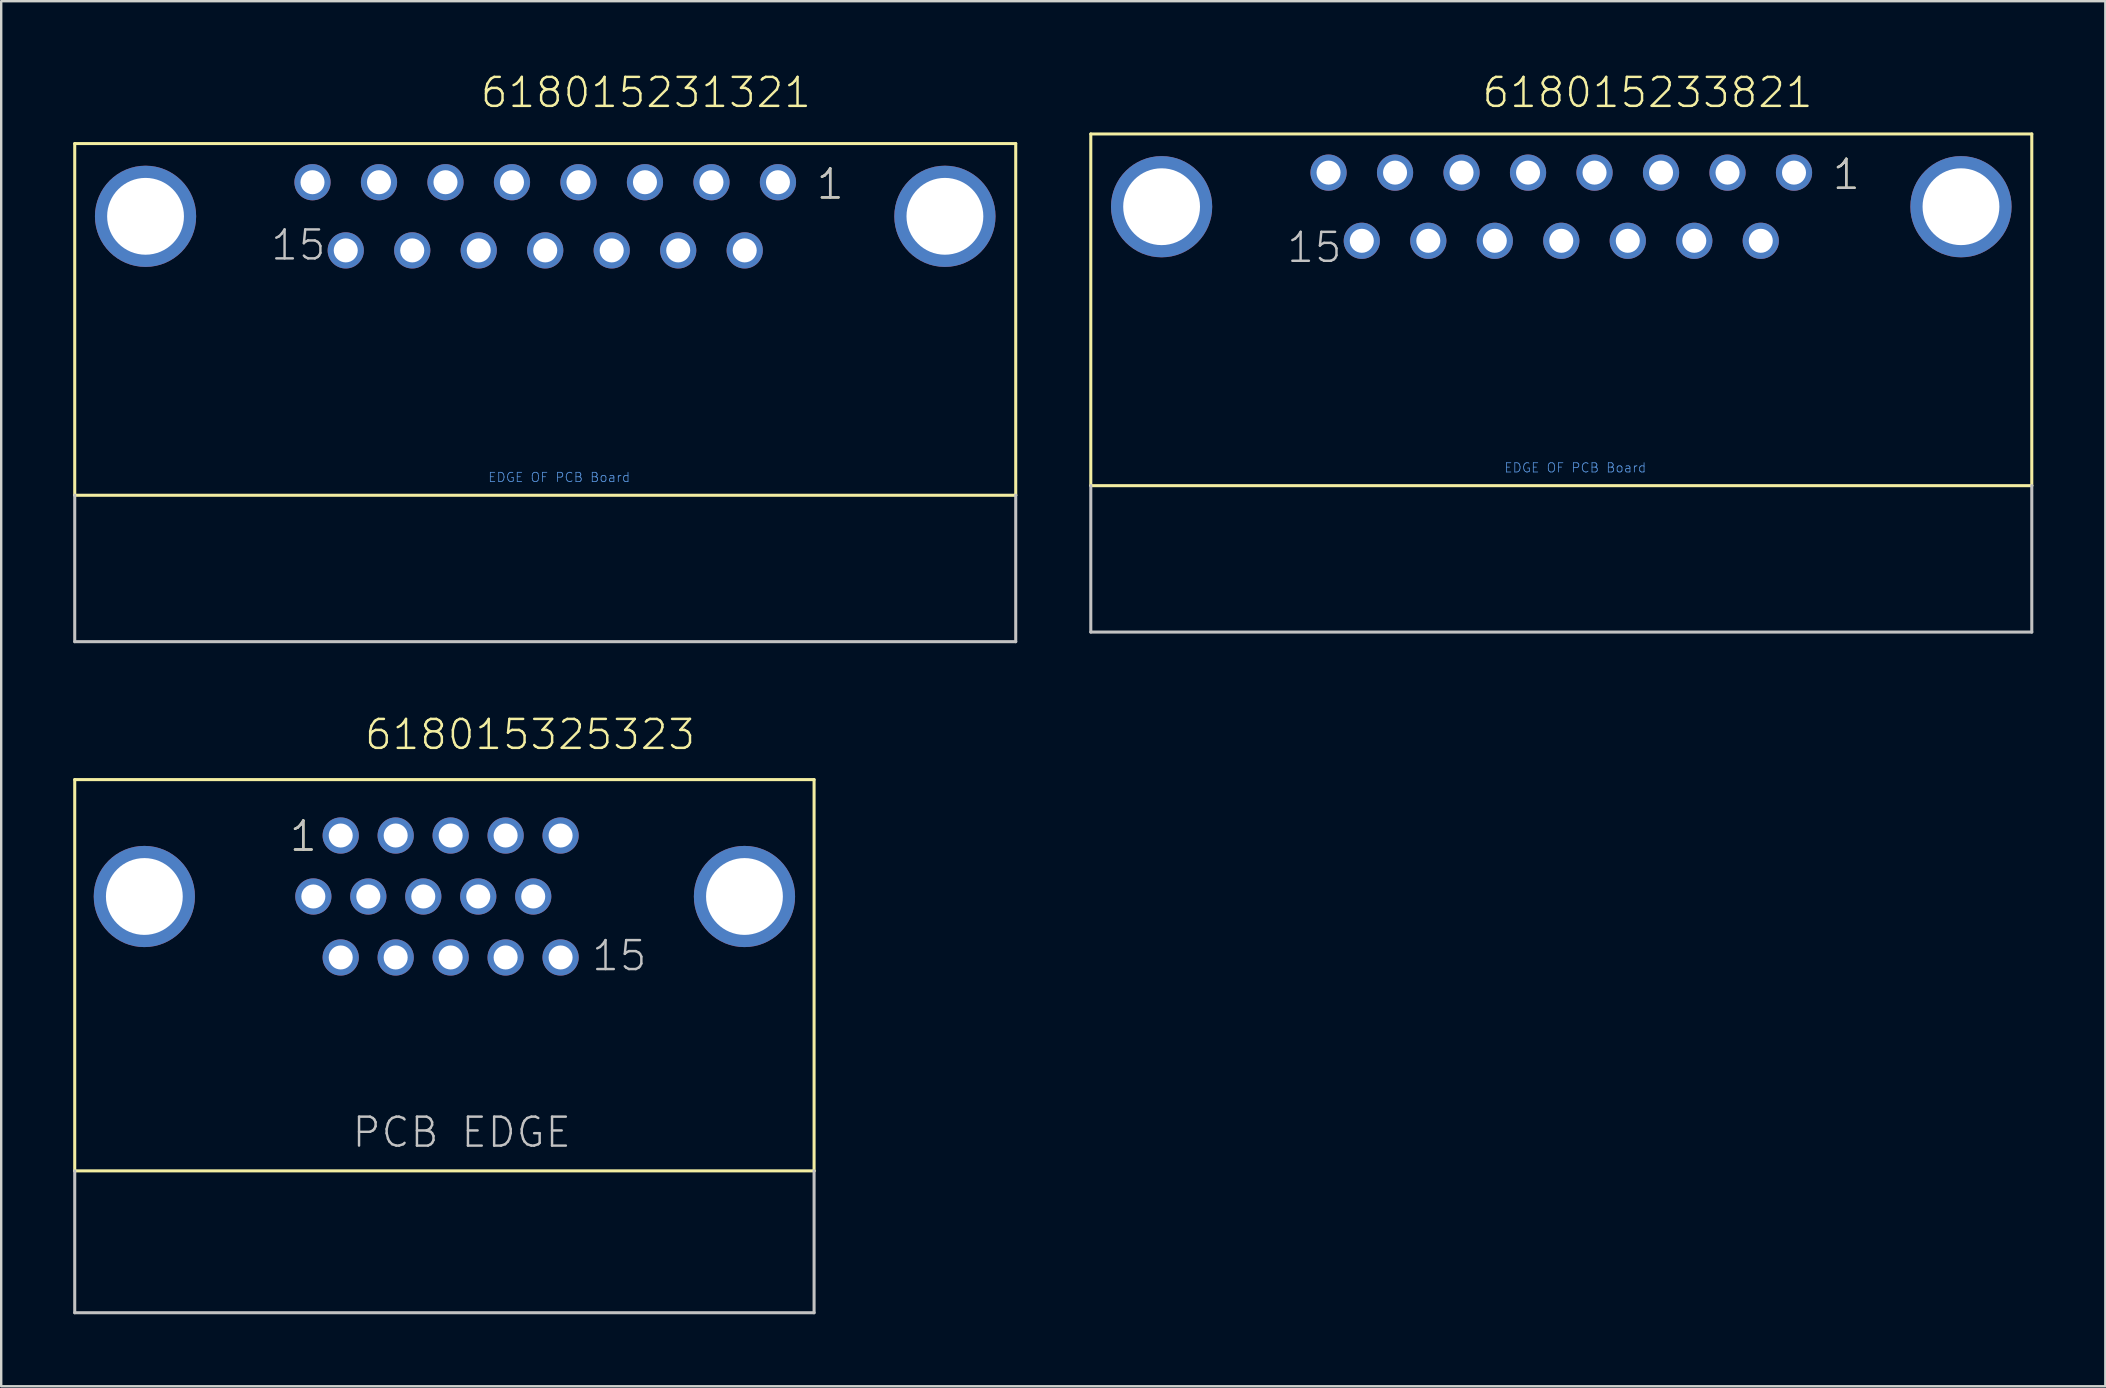
<source format=kicad_pcb>
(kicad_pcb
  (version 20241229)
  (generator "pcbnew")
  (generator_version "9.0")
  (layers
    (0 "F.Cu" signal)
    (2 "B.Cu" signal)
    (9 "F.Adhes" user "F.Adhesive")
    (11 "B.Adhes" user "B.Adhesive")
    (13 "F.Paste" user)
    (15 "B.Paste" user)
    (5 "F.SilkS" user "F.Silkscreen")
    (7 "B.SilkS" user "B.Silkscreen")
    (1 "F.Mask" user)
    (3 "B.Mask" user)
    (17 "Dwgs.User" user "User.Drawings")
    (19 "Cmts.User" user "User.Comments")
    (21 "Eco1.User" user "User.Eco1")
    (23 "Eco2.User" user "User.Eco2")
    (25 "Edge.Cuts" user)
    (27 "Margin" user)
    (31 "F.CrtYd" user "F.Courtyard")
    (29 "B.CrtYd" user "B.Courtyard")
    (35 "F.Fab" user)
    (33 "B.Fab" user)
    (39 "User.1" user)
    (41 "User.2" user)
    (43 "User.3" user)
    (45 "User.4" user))
  (footprint "618015231321"
    (layer "F.Cu")
    (at 19.663 5.961)
    (property "Reference" "618015231321" (at -2.765 -4.45 0) (layer "F.SilkS") (effects (font (size 1.206 1.206) (thickness 0.102)) (justify left bottom)))
    (attr through_hole)
    (fp_line (start -19.6 -3.03) (end 19.6 -3.03) (stroke (width 0.127) (type solid)) (layer "F.SilkS"))
    (fp_line (start -19.6 11.62) (end -19.6 -3.03) (stroke (width 0.127) (type solid)) (layer "F.SilkS"))
    (fp_line (start 19.6 -3.03) (end 19.6 11.62) (stroke (width 0.127) (type solid)) (layer "F.SilkS"))
    (fp_line (start 19.6 11.62) (end -19.6 11.62) (stroke (width 0.127) (type solid)) (layer "F.SilkS"))
    (fp_line (start -19.6 17.72) (end -19.6 11.62) (stroke (width 0.127) (type solid)) (layer "Dwgs.User"))
    (fp_line (start 19.6 11.62) (end 19.6 17.72) (stroke (width 0.127) (type solid)) (layer "Dwgs.User"))
    (fp_line (start 19.6 17.72) (end -19.6 17.72) (stroke (width 0.127) (type solid)) (layer "Dwgs.User"))
    (fp_text user "1" (at 11.23 -0.635 0) (layer "F.SilkS") (effects (font (size 1.206 1.206) (thickness 0.102)) (justify left bottom)))
    (fp_text user "15" (at -11.5 1.905 0) (layer "Dwgs.User") (effects (font (size 1.206 1.206) (thickness 0.102)) (justify left bottom)))
    (fp_text user "1" (at 11.23 -0.635 0) (layer "Dwgs.User") (effects (font (size 1.206 1.206) (thickness 0.102)) (justify left bottom)))
    (fp_text user "EDGE OF PCB Board" (at -2.4 11.1 0) (layer "Cmts.User") (effects (font (size 0.386 0.386) (thickness 0.033)) (justify left bottom)))
    (pad "1" thru_hole circle (at 9.695 -1.42) (size 1.508 1.508) (drill 1) (layers "*.Cu" "*.Mask"))
    (pad "2" thru_hole circle (at 6.925 -1.42) (size 1.508 1.508) (drill 1) (layers "*.Cu" "*.Mask"))
    (pad "3" thru_hole circle (at 4.155 -1.42) (size 1.508 1.508) (drill 1) (layers "*.Cu" "*.Mask"))
    (pad "4" thru_hole circle (at 1.385 -1.42) (size 1.508 1.508) (drill 1) (layers "*.Cu" "*.Mask"))
    (pad "5" thru_hole circle (at -1.385 -1.42) (size 1.508 1.508) (drill 1) (layers "*.Cu" "*.Mask"))
    (pad "6" thru_hole circle (at -4.155 -1.42) (size 1.508 1.508) (drill 1) (layers "*.Cu" "*.Mask"))
    (pad "7" thru_hole circle (at -6.925 -1.42) (size 1.508 1.508) (drill 1) (layers "*.Cu" "*.Mask"))
    (pad "8" thru_hole circle (at -9.695 -1.42) (size 1.508 1.508) (drill 1) (layers "*.Cu" "*.Mask"))
    (pad "9" thru_hole circle (at 8.31 1.42) (size 1.508 1.508) (drill 1) (layers "*.Cu" "*.Mask"))
    (pad "10" thru_hole circle (at 5.54 1.42) (size 1.508 1.508) (drill 1) (layers "*.Cu" "*.Mask"))
    (pad "11" thru_hole circle (at 2.77 1.42) (size 1.508 1.508) (drill 1) (layers "*.Cu" "*.Mask"))
    (pad "12" thru_hole circle (at 0 1.42) (size 1.508 1.508) (drill 1) (layers "*.Cu" "*.Mask"))
    (pad "13" thru_hole circle (at -2.77 1.42) (size 1.508 1.508) (drill 1) (layers "*.Cu" "*.Mask"))
    (pad "14" thru_hole circle (at -5.54 1.42) (size 1.508 1.508) (drill 1) (layers "*.Cu" "*.Mask"))
    (pad "15" thru_hole circle (at -8.31 1.42) (size 1.508 1.508) (drill 1) (layers "*.Cu" "*.Mask"))
    (pad "SHEL" thru_hole circle (at -16.65 0) (size 4.216 4.216) (drill 3.2) (layers "*.Cu" "*.Mask"))
    (pad "SHEL" thru_hole circle (at 16.65 0) (size 4.216 4.216) (drill 3.2) (layers "*.Cu" "*.Mask")))
  (footprint "618015325323"
    (layer "F.Cu")
    (at 15.463 34.296)
    (property "Reference" "618015325323" (at -3.39 -6.04 0) (layer "F.SilkS") (effects (font (size 1.206 1.206) (thickness 0.102)) (justify left bottom)))
    (attr through_hole)
    (fp_line (start -15.4 -4.87) (end 15.4 -4.87) (stroke (width 0.127) (type solid)) (layer "F.SilkS"))
    (fp_line (start -15.4 11.43) (end -15.4 -4.87) (stroke (width 0.127) (type solid)) (layer "F.SilkS"))
    (fp_line (start 15.4 -4.87) (end 15.4 11.43) (stroke (width 0.127) (type solid)) (layer "F.SilkS"))
    (fp_line (start 15.4 11.43) (end -15.4 11.43) (stroke (width 0.127) (type solid)) (layer "F.SilkS"))
    (fp_line (start -15.4 17.34) (end -15.4 11.43) (stroke (width 0.127) (type solid)) (layer "Dwgs.User"))
    (fp_line (start 15.4 11.43) (end 15.4 17.34) (stroke (width 0.127) (type solid)) (layer "Dwgs.User"))
    (fp_line (start 15.4 17.34) (end -15.4 17.34) (stroke (width 0.127) (type solid)) (layer "Dwgs.User"))
    (fp_text user "1" (at -6.52 -1.805 0) (layer "F.SilkS") (effects (font (size 1.206 1.206) (thickness 0.102)) (justify left bottom)))
    (fp_text user "15" (at 6.07 3.175 0) (layer "Dwgs.User") (effects (font (size 1.206 1.206) (thickness 0.102)) (justify left bottom)))
    (fp_text user "1" (at -6.52 -1.805 0) (layer "Dwgs.User") (effects (font (size 1.206 1.206) (thickness 0.102)) (justify left bottom)))
    (fp_text user "PCB EDGE" (at -3.91 10.53 0) (layer "Dwgs.User") (effects (font (size 1.206 1.206) (thickness 0.102)) (justify left bottom)))
    (pad "1" thru_hole circle (at -4.32 -2.54) (size 1.508 1.508) (drill 1) (layers "*.Cu" "*.Mask"))
    (pad "2" thru_hole circle (at -2.03 -2.54) (size 1.508 1.508) (drill 1) (layers "*.Cu" "*.Mask"))
    (pad "3" thru_hole circle (at 0.26 -2.54) (size 1.508 1.508) (drill 1) (layers "*.Cu" "*.Mask"))
    (pad "4" thru_hole circle (at 2.55 -2.54) (size 1.508 1.508) (drill 1) (layers "*.Cu" "*.Mask"))
    (pad "5" thru_hole circle (at 4.84 -2.54) (size 1.508 1.508) (drill 1) (layers "*.Cu" "*.Mask"))
    (pad "6" thru_hole circle (at -5.46 0) (size 1.508 1.508) (drill 1) (layers "*.Cu" "*.Mask"))
    (pad "7" thru_hole circle (at -3.17 0) (size 1.508 1.508) (drill 1) (layers "*.Cu" "*.Mask"))
    (pad "8" thru_hole circle (at -0.88 0) (size 1.508 1.508) (drill 1) (layers "*.Cu" "*.Mask"))
    (pad "9" thru_hole circle (at 1.41 0) (size 1.508 1.508) (drill 1) (layers "*.Cu" "*.Mask"))
    (pad "10" thru_hole circle (at 3.7 0) (size 1.508 1.508) (drill 1) (layers "*.Cu" "*.Mask"))
    (pad "11" thru_hole circle (at -4.32 2.54) (size 1.508 1.508) (drill 1) (layers "*.Cu" "*.Mask"))
    (pad "12" thru_hole circle (at -2.03 2.54) (size 1.508 1.508) (drill 1) (layers "*.Cu" "*.Mask"))
    (pad "13" thru_hole circle (at 0.26 2.54) (size 1.508 1.508) (drill 1) (layers "*.Cu" "*.Mask"))
    (pad "14" thru_hole circle (at 2.55 2.54) (size 1.508 1.508) (drill 1) (layers "*.Cu" "*.Mask"))
    (pad "15" thru_hole circle (at 4.84 2.54) (size 1.508 1.508) (drill 1) (layers "*.Cu" "*.Mask"))
    (pad "SHEL" thru_hole circle (at -12.5 0) (size 4.216 4.216) (drill 3.2) (layers "*.Cu" "*.Mask"))
    (pad "SHEL" thru_hole circle (at 12.5 0) (size 4.216 4.216) (drill 3.2) (layers "*.Cu" "*.Mask")))
  (footprint "618015233821"
    (layer "F.Cu")
    (at 61.99 5.561)
    (property "Reference" "618015233821" (at -3.365 -4.05 0) (layer "F.SilkS") (effects (font (size 1.206 1.206) (thickness 0.102)) (justify left bottom)))
    (attr through_hole)
    (fp_line (start -19.6 -3.03) (end 19.6 -3.03) (stroke (width 0.127) (type solid)) (layer "F.SilkS"))
    (fp_line (start -19.6 11.62) (end -19.6 -3.03) (stroke (width 0.127) (type solid)) (layer "F.SilkS"))
    (fp_line (start 19.6 -3.03) (end 19.6 11.62) (stroke (width 0.127) (type solid)) (layer "F.SilkS"))
    (fp_line (start 19.6 11.62) (end -19.6 11.62) (stroke (width 0.127) (type solid)) (layer "F.SilkS"))
    (fp_line (start -19.6 17.72) (end -19.6 11.62) (stroke (width 0.127) (type solid)) (layer "Dwgs.User"))
    (fp_line (start 19.6 11.62) (end 19.6 17.72) (stroke (width 0.127) (type solid)) (layer "Dwgs.User"))
    (fp_line (start 19.6 17.72) (end -19.6 17.72) (stroke (width 0.127) (type solid)) (layer "Dwgs.User"))
    (fp_text user "1" (at 11.23 -0.635 0) (layer "F.SilkS") (effects (font (size 1.206 1.206) (thickness 0.102)) (justify left bottom)))
    (fp_text user "1" (at 11.23 -0.635 0) (layer "Dwgs.User") (effects (font (size 1.206 1.206) (thickness 0.102)) (justify left bottom)))
    (fp_text user "15" (at -11.5 2.405 0) (layer "Dwgs.User") (effects (font (size 1.206 1.206) (thickness 0.102)) (justify left bottom)))
    (fp_text user "EDGE OF PCB Board" (at -2.4 11.1 0) (layer "Cmts.User") (effects (font (size 0.386 0.386) (thickness 0.033)) (justify left bottom)))
    (pad "1" thru_hole circle (at 9.695 -1.42) (size 1.508 1.508) (drill 1) (layers "*.Cu" "*.Mask"))
    (pad "2" thru_hole circle (at 6.925 -1.42) (size 1.508 1.508) (drill 1) (layers "*.Cu" "*.Mask"))
    (pad "3" thru_hole circle (at 4.155 -1.42) (size 1.508 1.508) (drill 1) (layers "*.Cu" "*.Mask"))
    (pad "4" thru_hole circle (at 1.385 -1.42) (size 1.508 1.508) (drill 1) (layers "*.Cu" "*.Mask"))
    (pad "5" thru_hole circle (at -1.385 -1.42) (size 1.508 1.508) (drill 1) (layers "*.Cu" "*.Mask"))
    (pad "6" thru_hole circle (at -4.155 -1.42) (size 1.508 1.508) (drill 1) (layers "*.Cu" "*.Mask"))
    (pad "7" thru_hole circle (at -6.925 -1.42) (size 1.508 1.508) (drill 1) (layers "*.Cu" "*.Mask"))
    (pad "8" thru_hole circle (at -9.695 -1.42) (size 1.508 1.508) (drill 1) (layers "*.Cu" "*.Mask"))
    (pad "9" thru_hole circle (at 8.31 1.42) (size 1.508 1.508) (drill 1) (layers "*.Cu" "*.Mask"))
    (pad "10" thru_hole circle (at 5.54 1.42) (size 1.508 1.508) (drill 1) (layers "*.Cu" "*.Mask"))
    (pad "11" thru_hole circle (at 2.77 1.42) (size 1.508 1.508) (drill 1) (layers "*.Cu" "*.Mask"))
    (pad "12" thru_hole circle (at 0 1.42) (size 1.508 1.508) (drill 1) (layers "*.Cu" "*.Mask"))
    (pad "13" thru_hole circle (at -2.77 1.42) (size 1.508 1.508) (drill 1) (layers "*.Cu" "*.Mask"))
    (pad "14" thru_hole circle (at -5.54 1.42) (size 1.508 1.508) (drill 1) (layers "*.Cu" "*.Mask"))
    (pad "15" thru_hole circle (at -8.31 1.42) (size 1.508 1.508) (drill 1) (layers "*.Cu" "*.Mask"))
    (pad "SHEL" thru_hole circle (at -16.65 0) (size 4.216 4.216) (drill 3.2) (layers "*.Cu" "*.Mask"))
    (pad "SHEL" thru_hole circle (at 16.65 0) (size 4.216 4.216) (drill 3.2) (layers "*.Cu" "*.Mask")))
  (gr_rect
    (start -3 -3)
    (end 84.654 54.7)
    (stroke (width 0.1) (type default))
    (fill no)
    (layer "Edge.Cuts")))
</source>
